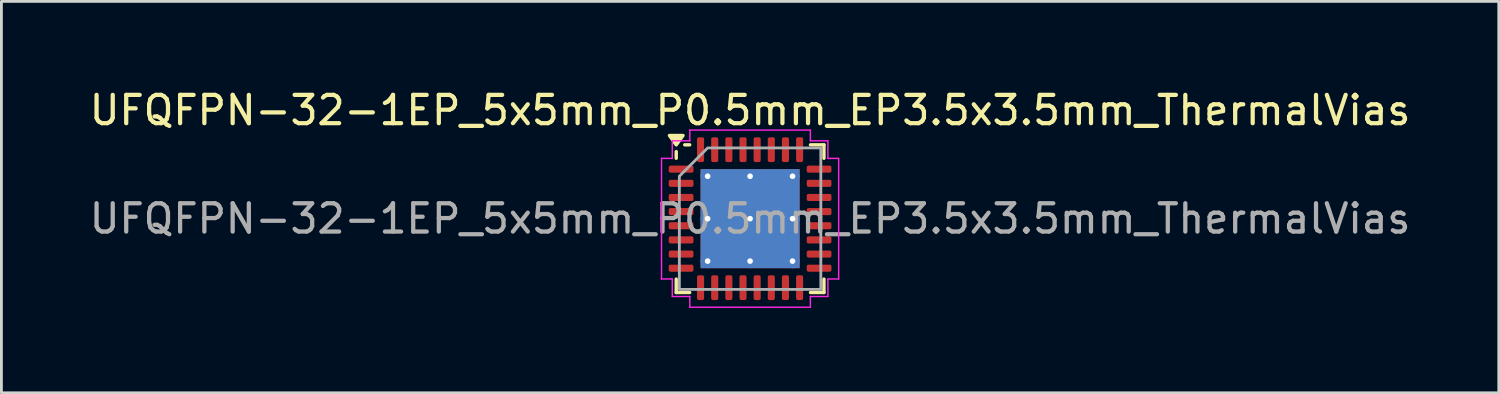
<source format=kicad_pcb>
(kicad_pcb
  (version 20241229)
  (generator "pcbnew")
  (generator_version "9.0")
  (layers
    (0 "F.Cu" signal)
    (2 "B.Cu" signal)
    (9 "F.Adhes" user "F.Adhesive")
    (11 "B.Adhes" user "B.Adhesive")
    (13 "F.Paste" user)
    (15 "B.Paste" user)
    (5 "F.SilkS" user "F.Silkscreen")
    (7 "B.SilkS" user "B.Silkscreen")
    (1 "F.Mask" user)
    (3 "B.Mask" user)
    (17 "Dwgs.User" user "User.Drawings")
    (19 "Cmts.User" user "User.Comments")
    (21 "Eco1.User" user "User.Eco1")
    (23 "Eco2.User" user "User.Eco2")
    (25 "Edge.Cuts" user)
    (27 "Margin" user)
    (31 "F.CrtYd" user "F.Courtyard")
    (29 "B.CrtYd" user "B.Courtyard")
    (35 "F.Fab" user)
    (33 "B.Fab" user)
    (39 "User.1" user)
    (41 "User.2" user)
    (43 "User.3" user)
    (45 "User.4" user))
  (footprint "UFQFPN-32-1EP_5x5mm_P0.5mm_EP3.5x3.5mm_ThermalVias"
    (layer "F.Cu")
    (at 23.458 4.678)
    (property "Reference" "UFQFPN-32-1EP_5x5mm_P0.5mm_EP3.5x3.5mm_ThermalVias" (at 0 -3.83 0) (layer "F.SilkS") (effects (font (size 1 1) (thickness 0.15))))
    (attr smd)
    (fp_line (start -2.61 -2.135) (end -2.61 -2.37) (stroke (width 0.12) (type solid)) (layer "F.SilkS"))
    (fp_line (start -2.61 2.61) (end -2.61 2.135) (stroke (width 0.12) (type solid)) (layer "F.SilkS"))
    (fp_line (start -2.135 -2.61) (end -2.31 -2.61) (stroke (width 0.12) (type solid)) (layer "F.SilkS"))
    (fp_line (start -2.135 2.61) (end -2.61 2.61) (stroke (width 0.12) (type solid)) (layer "F.SilkS"))
    (fp_line (start 2.135 -2.61) (end 2.61 -2.61) (stroke (width 0.12) (type solid)) (layer "F.SilkS"))
    (fp_line (start 2.135 2.61) (end 2.61 2.61) (stroke (width 0.12) (type solid)) (layer "F.SilkS"))
    (fp_line (start 2.61 -2.61) (end 2.61 -2.135) (stroke (width 0.12) (type solid)) (layer "F.SilkS"))
    (fp_line (start 2.61 2.61) (end 2.61 2.135) (stroke (width 0.12) (type solid)) (layer "F.SilkS"))
    (fp_poly (pts (xy -2.61 -2.61) (xy -2.85 -2.94) (xy -2.37 -2.94)) (stroke (width 0.12) (type solid)) (fill yes) (layer "F.SilkS"))
    (fp_line (start -3.13 -2.13) (end -2.75 -2.13) (stroke (width 0.05) (type solid)) (layer "F.CrtYd"))
    (fp_line (start -3.13 2.13) (end -3.13 -2.13) (stroke (width 0.05) (type solid)) (layer "F.CrtYd"))
    (fp_line (start -2.75 -2.75) (end -2.13 -2.75) (stroke (width 0.05) (type solid)) (layer "F.CrtYd"))
    (fp_line (start -2.75 -2.13) (end -2.75 -2.75) (stroke (width 0.05) (type solid)) (layer "F.CrtYd"))
    (fp_line (start -2.75 2.13) (end -3.13 2.13) (stroke (width 0.05) (type solid)) (layer "F.CrtYd"))
    (fp_line (start -2.75 2.75) (end -2.75 2.13) (stroke (width 0.05) (type solid)) (layer "F.CrtYd"))
    (fp_line (start -2.13 -3.13) (end 2.13 -3.13) (stroke (width 0.05) (type solid)) (layer "F.CrtYd"))
    (fp_line (start -2.13 -2.75) (end -2.13 -3.13) (stroke (width 0.05) (type solid)) (layer "F.CrtYd"))
    (fp_line (start -2.13 2.75) (end -2.75 2.75) (stroke (width 0.05) (type solid)) (layer "F.CrtYd"))
    (fp_line (start -2.13 3.13) (end -2.13 2.75) (stroke (width 0.05) (type solid)) (layer "F.CrtYd"))
    (fp_line (start 2.13 -3.13) (end 2.13 -2.75) (stroke (width 0.05) (type solid)) (layer "F.CrtYd"))
    (fp_line (start 2.13 -2.75) (end 2.75 -2.75) (stroke (width 0.05) (type solid)) (layer "F.CrtYd"))
    (fp_line (start 2.13 2.75) (end 2.13 3.13) (stroke (width 0.05) (type solid)) (layer "F.CrtYd"))
    (fp_line (start 2.13 3.13) (end -2.13 3.13) (stroke (width 0.05) (type solid)) (layer "F.CrtYd"))
    (fp_line (start 2.75 -2.75) (end 2.75 -2.13) (stroke (width 0.05) (type solid)) (layer "F.CrtYd"))
    (fp_line (start 2.75 -2.13) (end 3.13 -2.13) (stroke (width 0.05) (type solid)) (layer "F.CrtYd"))
    (fp_line (start 2.75 2.13) (end 2.75 2.75) (stroke (width 0.05) (type solid)) (layer "F.CrtYd"))
    (fp_line (start 2.75 2.75) (end 2.13 2.75) (stroke (width 0.05) (type solid)) (layer "F.CrtYd"))
    (fp_line (start 3.13 -2.13) (end 3.13 2.13) (stroke (width 0.05) (type solid)) (layer "F.CrtYd"))
    (fp_line (start 3.13 2.13) (end 2.75 2.13) (stroke (width 0.05) (type solid)) (layer "F.CrtYd"))
    (fp_poly (pts (xy -2.5 -1.5) (xy -2.5 2.5) (xy 2.5 2.5) (xy 2.5 -2.5) (xy -1.5 -2.5)) (stroke (width 0.1) (type solid)) (fill no) (layer "F.Fab"))
    (fp_text user "${REFERENCE}" (at 0 0 0) (layer "F.Fab") (effects (font (size 1 1) (thickness 0.15))))
    (pad "" smd roundrect (at -0.875 -0.875) (size 1.41 1.41) (layers "F.Paste") (roundrect_rratio 0.177))
    (pad "" smd roundrect (at -0.875 0.875) (size 1.41 1.41) (layers "F.Paste") (roundrect_rratio 0.177))
    (pad "" smd roundrect (at 0.875 -0.875) (size 1.41 1.41) (layers "F.Paste") (roundrect_rratio 0.177))
    (pad "" smd roundrect (at 0.875 0.875) (size 1.41 1.41) (layers "F.Paste") (roundrect_rratio 0.177))
    (pad "1" smd roundrect (at -2.438 -1.75) (size 0.875 0.25) (layers "F.Cu" "F.Mask" "F.Paste") (roundrect_rratio 0.25))
    (pad "2" smd roundrect (at -2.438 -1.25) (size 0.875 0.25) (layers "F.Cu" "F.Mask" "F.Paste") (roundrect_rratio 0.25))
    (pad "3" smd roundrect (at -2.438 -0.75) (size 0.875 0.25) (layers "F.Cu" "F.Mask" "F.Paste") (roundrect_rratio 0.25))
    (pad "4" smd roundrect (at -2.438 -0.25) (size 0.875 0.25) (layers "F.Cu" "F.Mask" "F.Paste") (roundrect_rratio 0.25))
    (pad "5" smd roundrect (at -2.438 0.25) (size 0.875 0.25) (layers "F.Cu" "F.Mask" "F.Paste") (roundrect_rratio 0.25))
    (pad "6" smd roundrect (at -2.438 0.75) (size 0.875 0.25) (layers "F.Cu" "F.Mask" "F.Paste") (roundrect_rratio 0.25))
    (pad "7" smd roundrect (at -2.438 1.25) (size 0.875 0.25) (layers "F.Cu" "F.Mask" "F.Paste") (roundrect_rratio 0.25))
    (pad "8" smd roundrect (at -2.438 1.75) (size 0.875 0.25) (layers "F.Cu" "F.Mask" "F.Paste") (roundrect_rratio 0.25))
    (pad "9" smd roundrect (at -1.75 2.438) (size 0.25 0.875) (layers "F.Cu" "F.Mask" "F.Paste") (roundrect_rratio 0.25))
    (pad "10" smd roundrect (at -1.25 2.438) (size 0.25 0.875) (layers "F.Cu" "F.Mask" "F.Paste") (roundrect_rratio 0.25))
    (pad "11" smd roundrect (at -0.75 2.438) (size 0.25 0.875) (layers "F.Cu" "F.Mask" "F.Paste") (roundrect_rratio 0.25))
    (pad "12" smd roundrect (at -0.25 2.438) (size 0.25 0.875) (layers "F.Cu" "F.Mask" "F.Paste") (roundrect_rratio 0.25))
    (pad "13" smd roundrect (at 0.25 2.438) (size 0.25 0.875) (layers "F.Cu" "F.Mask" "F.Paste") (roundrect_rratio 0.25))
    (pad "14" smd roundrect (at 0.75 2.438) (size 0.25 0.875) (layers "F.Cu" "F.Mask" "F.Paste") (roundrect_rratio 0.25))
    (pad "15" smd roundrect (at 1.25 2.438) (size 0.25 0.875) (layers "F.Cu" "F.Mask" "F.Paste") (roundrect_rratio 0.25))
    (pad "16" smd roundrect (at 1.75 2.438) (size 0.25 0.875) (layers "F.Cu" "F.Mask" "F.Paste") (roundrect_rratio 0.25))
    (pad "17" smd roundrect (at 2.438 1.75) (size 0.875 0.25) (layers "F.Cu" "F.Mask" "F.Paste") (roundrect_rratio 0.25))
    (pad "18" smd roundrect (at 2.438 1.25) (size 0.875 0.25) (layers "F.Cu" "F.Mask" "F.Paste") (roundrect_rratio 0.25))
    (pad "19" smd roundrect (at 2.438 0.75) (size 0.875 0.25) (layers "F.Cu" "F.Mask" "F.Paste") (roundrect_rratio 0.25))
    (pad "20" smd roundrect (at 2.438 0.25) (size 0.875 0.25) (layers "F.Cu" "F.Mask" "F.Paste") (roundrect_rratio 0.25))
    (pad "21" smd roundrect (at 2.438 -0.25) (size 0.875 0.25) (layers "F.Cu" "F.Mask" "F.Paste") (roundrect_rratio 0.25))
    (pad "22" smd roundrect (at 2.438 -0.75) (size 0.875 0.25) (layers "F.Cu" "F.Mask" "F.Paste") (roundrect_rratio 0.25))
    (pad "23" smd roundrect (at 2.438 -1.25) (size 0.875 0.25) (layers "F.Cu" "F.Mask" "F.Paste") (roundrect_rratio 0.25))
    (pad "24" smd roundrect (at 2.438 -1.75) (size 0.875 0.25) (layers "F.Cu" "F.Mask" "F.Paste") (roundrect_rratio 0.25))
    (pad "25" smd roundrect (at 1.75 -2.438) (size 0.25 0.875) (layers "F.Cu" "F.Mask" "F.Paste") (roundrect_rratio 0.25))
    (pad "26" smd roundrect (at 1.25 -2.438) (size 0.25 0.875) (layers "F.Cu" "F.Mask" "F.Paste") (roundrect_rratio 0.25))
    (pad "27" smd roundrect (at 0.75 -2.438) (size 0.25 0.875) (layers "F.Cu" "F.Mask" "F.Paste") (roundrect_rratio 0.25))
    (pad "28" smd roundrect (at 0.25 -2.438) (size 0.25 0.875) (layers "F.Cu" "F.Mask" "F.Paste") (roundrect_rratio 0.25))
    (pad "29" smd roundrect (at -0.25 -2.438) (size 0.25 0.875) (layers "F.Cu" "F.Mask" "F.Paste") (roundrect_rratio 0.25))
    (pad "30" smd roundrect (at -0.75 -2.438) (size 0.25 0.875) (layers "F.Cu" "F.Mask" "F.Paste") (roundrect_rratio 0.25))
    (pad "31" smd roundrect (at -1.25 -2.438) (size 0.25 0.875) (layers "F.Cu" "F.Mask" "F.Paste") (roundrect_rratio 0.25))
    (pad "32" smd roundrect (at -1.75 -2.438) (size 0.25 0.875) (layers "F.Cu" "F.Mask" "F.Paste") (roundrect_rratio 0.25))
    (pad "33" thru_hole circle (at -1.5 -1.5) (size 0.5 0.5) (drill 0.2) (property pad_prop_heatsink) (layers "*.Cu"))
    (pad "33" thru_hole circle (at -1.5 0) (size 0.5 0.5) (drill 0.2) (property pad_prop_heatsink) (layers "*.Cu"))
    (pad "33" thru_hole circle (at -1.5 1.5) (size 0.5 0.5) (drill 0.2) (property pad_prop_heatsink) (layers "*.Cu"))
    (pad "33" thru_hole circle (at 0 -1.5) (size 0.5 0.5) (drill 0.2) (property pad_prop_heatsink) (layers "*.Cu"))
    (pad "33" thru_hole circle (at 0 0) (size 0.5 0.5) (drill 0.2) (property pad_prop_heatsink) (layers "*.Cu"))
    (pad "33" smd rect (at 0 0) (size 3.5 3.5) (property pad_prop_heatsink) (layers "F.Cu" "F.Mask"))
    (pad "33" smd rect (at 0 0) (size 3.5 3.5) (property pad_prop_heatsink) (layers "B.Cu"))
    (pad "33" thru_hole circle (at 0 1.5) (size 0.5 0.5) (drill 0.2) (property pad_prop_heatsink) (layers "*.Cu"))
    (pad "33" thru_hole circle (at 1.5 -1.5) (size 0.5 0.5) (drill 0.2) (property pad_prop_heatsink) (layers "*.Cu"))
    (pad "33" thru_hole circle (at 1.5 0) (size 0.5 0.5) (drill 0.2) (property pad_prop_heatsink) (layers "*.Cu"))
    (pad "33" thru_hole circle (at 1.5 1.5) (size 0.5 0.5) (drill 0.2) (property pad_prop_heatsink) (layers "*.Cu")))
  (gr_rect
    (start -3 -3)
    (end 49.917 10.833)
    (stroke (width 0.1) (type default))
    (fill no)
    (layer "Edge.Cuts")))
</source>
